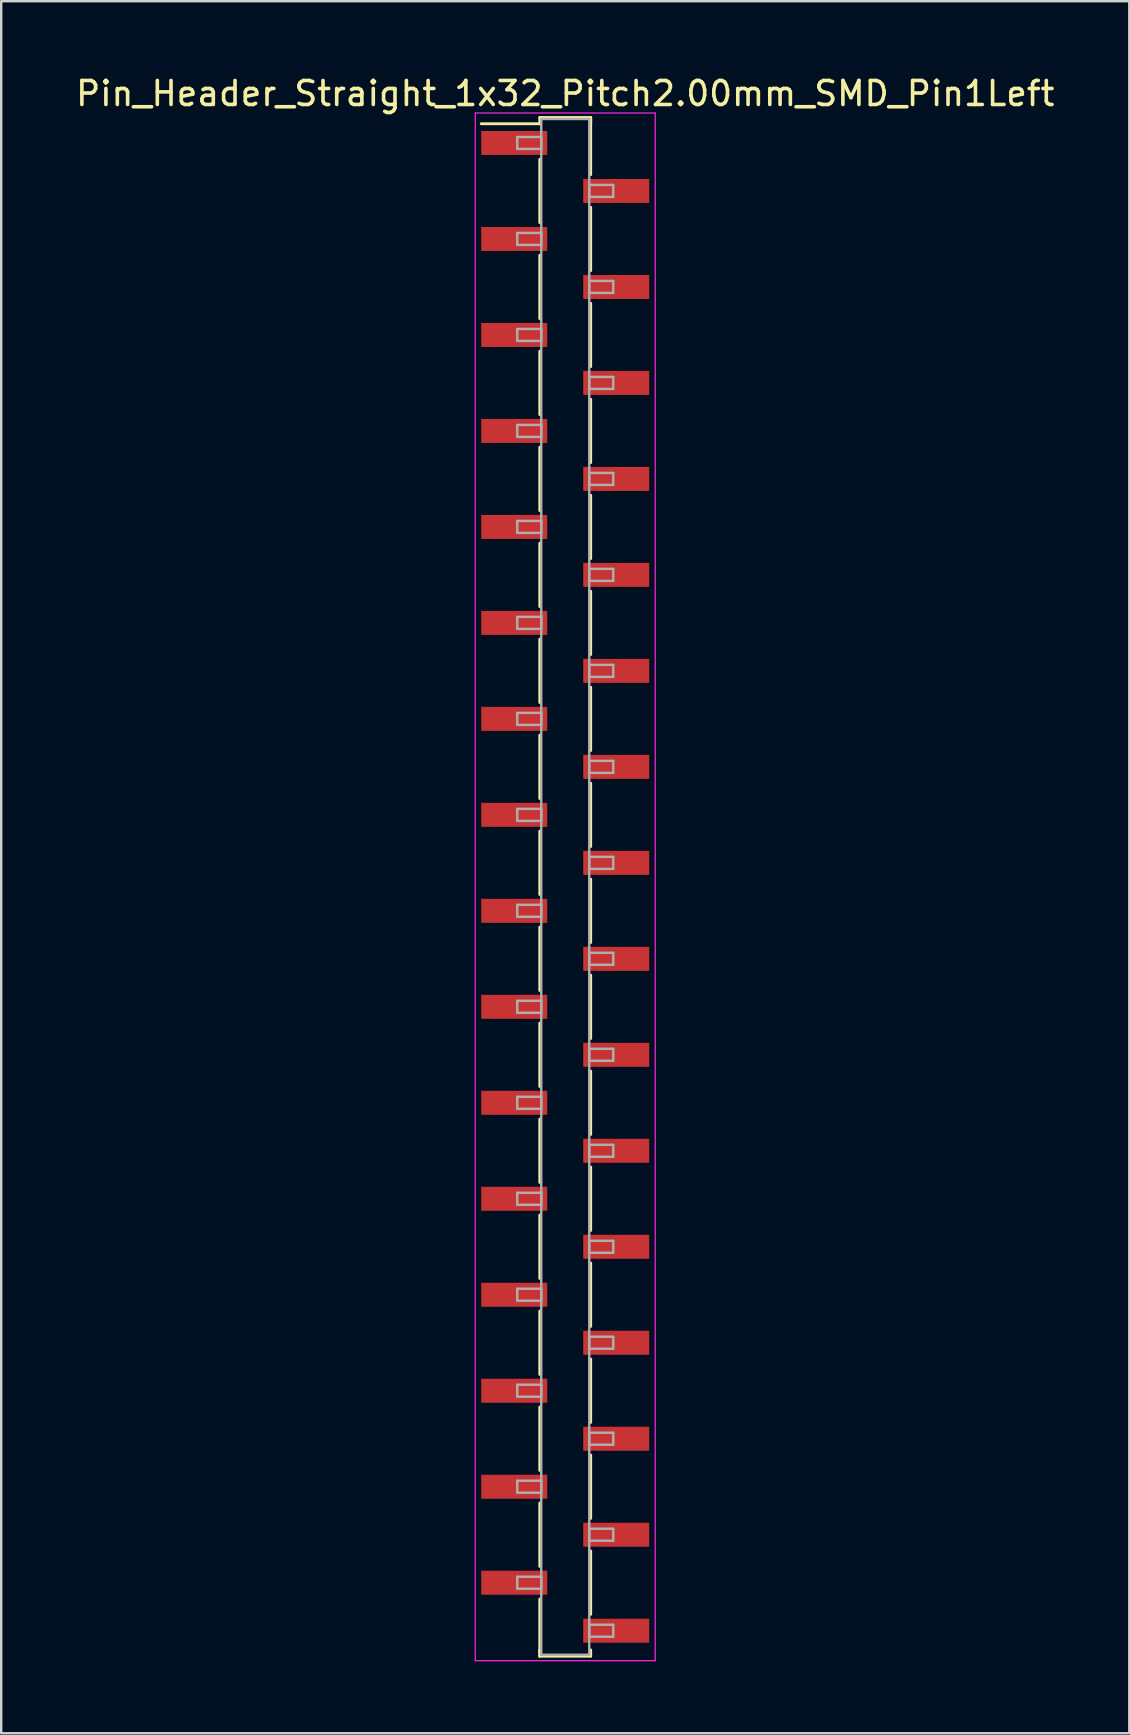
<source format=kicad_pcb>
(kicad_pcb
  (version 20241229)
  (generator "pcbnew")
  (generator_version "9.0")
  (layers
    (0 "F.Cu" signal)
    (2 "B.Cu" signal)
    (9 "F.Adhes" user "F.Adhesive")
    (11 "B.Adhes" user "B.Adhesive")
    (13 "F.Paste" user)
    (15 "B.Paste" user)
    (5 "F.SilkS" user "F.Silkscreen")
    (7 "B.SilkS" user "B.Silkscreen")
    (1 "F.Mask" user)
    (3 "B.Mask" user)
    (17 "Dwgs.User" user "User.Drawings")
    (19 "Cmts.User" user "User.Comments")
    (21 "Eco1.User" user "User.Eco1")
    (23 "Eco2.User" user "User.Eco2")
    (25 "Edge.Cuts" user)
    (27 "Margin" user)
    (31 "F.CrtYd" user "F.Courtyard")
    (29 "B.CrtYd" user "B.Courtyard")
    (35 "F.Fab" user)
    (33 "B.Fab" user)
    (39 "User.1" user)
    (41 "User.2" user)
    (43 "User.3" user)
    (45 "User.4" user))
  (footprint "Pin_Header_Straight_1x32_Pitch2.00mm_SMD_Pin1Left"
    (layer "F.Cu")
    (at 20.506 33.908)
    (property "Reference" "Pin_Header_Straight_1x32_Pitch2.00mm_SMD_Pin1Left" (at 0 -33.06 0) (layer "F.SilkS") (effects (font (size 1 1) (thickness 0.15))))
    (attr smd)
    (fp_line (start -1.06 -32.06) (end 1.06 -32.06) (stroke (width 0.12) (type solid)) (layer "F.SilkS"))
    (fp_line (start -1.06 -31.8) (end -3.5 -31.8) (stroke (width 0.12) (type solid)) (layer "F.SilkS"))
    (fp_line (start -1.06 -31.8) (end -1.06 -32.06) (stroke (width 0.12) (type solid)) (layer "F.SilkS"))
    (fp_line (start -1.06 -30.32) (end -1.06 -27.68) (stroke (width 0.12) (type solid)) (layer "F.SilkS"))
    (fp_line (start -1.06 -26.32) (end -1.06 -23.68) (stroke (width 0.12) (type solid)) (layer "F.SilkS"))
    (fp_line (start -1.06 -22.32) (end -1.06 -19.68) (stroke (width 0.12) (type solid)) (layer "F.SilkS"))
    (fp_line (start -1.06 -18.32) (end -1.06 -15.68) (stroke (width 0.12) (type solid)) (layer "F.SilkS"))
    (fp_line (start -1.06 -14.32) (end -1.06 -11.68) (stroke (width 0.12) (type solid)) (layer "F.SilkS"))
    (fp_line (start -1.06 -10.32) (end -1.06 -7.68) (stroke (width 0.12) (type solid)) (layer "F.SilkS"))
    (fp_line (start -1.06 -6.32) (end -1.06 -3.68) (stroke (width 0.12) (type solid)) (layer "F.SilkS"))
    (fp_line (start -1.06 -2.32) (end -1.06 0.32) (stroke (width 0.12) (type solid)) (layer "F.SilkS"))
    (fp_line (start -1.06 1.68) (end -1.06 4.32) (stroke (width 0.12) (type solid)) (layer "F.SilkS"))
    (fp_line (start -1.06 5.68) (end -1.06 8.32) (stroke (width 0.12) (type solid)) (layer "F.SilkS"))
    (fp_line (start -1.06 9.68) (end -1.06 12.32) (stroke (width 0.12) (type solid)) (layer "F.SilkS"))
    (fp_line (start -1.06 13.68) (end -1.06 16.32) (stroke (width 0.12) (type solid)) (layer "F.SilkS"))
    (fp_line (start -1.06 17.68) (end -1.06 20.32) (stroke (width 0.12) (type solid)) (layer "F.SilkS"))
    (fp_line (start -1.06 21.68) (end -1.06 24.32) (stroke (width 0.12) (type solid)) (layer "F.SilkS"))
    (fp_line (start -1.06 25.68) (end -1.06 28.32) (stroke (width 0.12) (type solid)) (layer "F.SilkS"))
    (fp_line (start -1.06 29.68) (end -1.06 32.06) (stroke (width 0.12) (type solid)) (layer "F.SilkS"))
    (fp_line (start -1.06 31.8) (end -1.06 32.06) (stroke (width 0.12) (type solid)) (layer "F.SilkS"))
    (fp_line (start -1.06 32.06) (end 1.06 32.06) (stroke (width 0.12) (type solid)) (layer "F.SilkS"))
    (fp_line (start 1.06 -32.06) (end 1.06 -31.8) (stroke (width 0.12) (type solid)) (layer "F.SilkS"))
    (fp_line (start 1.06 -32.06) (end 1.06 -29.68) (stroke (width 0.12) (type solid)) (layer "F.SilkS"))
    (fp_line (start 1.06 -28.32) (end 1.06 -25.68) (stroke (width 0.12) (type solid)) (layer "F.SilkS"))
    (fp_line (start 1.06 -24.32) (end 1.06 -21.68) (stroke (width 0.12) (type solid)) (layer "F.SilkS"))
    (fp_line (start 1.06 -20.32) (end 1.06 -17.68) (stroke (width 0.12) (type solid)) (layer "F.SilkS"))
    (fp_line (start 1.06 -16.32) (end 1.06 -13.68) (stroke (width 0.12) (type solid)) (layer "F.SilkS"))
    (fp_line (start 1.06 -12.32) (end 1.06 -9.68) (stroke (width 0.12) (type solid)) (layer "F.SilkS"))
    (fp_line (start 1.06 -8.32) (end 1.06 -5.68) (stroke (width 0.12) (type solid)) (layer "F.SilkS"))
    (fp_line (start 1.06 -4.32) (end 1.06 -1.68) (stroke (width 0.12) (type solid)) (layer "F.SilkS"))
    (fp_line (start 1.06 -0.32) (end 1.06 2.32) (stroke (width 0.12) (type solid)) (layer "F.SilkS"))
    (fp_line (start 1.06 3.68) (end 1.06 6.32) (stroke (width 0.12) (type solid)) (layer "F.SilkS"))
    (fp_line (start 1.06 7.68) (end 1.06 10.32) (stroke (width 0.12) (type solid)) (layer "F.SilkS"))
    (fp_line (start 1.06 11.68) (end 1.06 14.32) (stroke (width 0.12) (type solid)) (layer "F.SilkS"))
    (fp_line (start 1.06 15.68) (end 1.06 18.32) (stroke (width 0.12) (type solid)) (layer "F.SilkS"))
    (fp_line (start 1.06 19.68) (end 1.06 22.32) (stroke (width 0.12) (type solid)) (layer "F.SilkS"))
    (fp_line (start 1.06 23.68) (end 1.06 26.32) (stroke (width 0.12) (type solid)) (layer "F.SilkS"))
    (fp_line (start 1.06 27.68) (end 1.06 30.32) (stroke (width 0.12) (type solid)) (layer "F.SilkS"))
    (fp_line (start 1.06 32.06) (end 1.06 31.8) (stroke (width 0.12) (type solid)) (layer "F.SilkS"))
    (fp_line (start -3.75 -32.25) (end -3.75 32.25) (stroke (width 0.05) (type solid)) (layer "F.CrtYd"))
    (fp_line (start -3.75 32.25) (end 3.75 32.25) (stroke (width 0.05) (type solid)) (layer "F.CrtYd"))
    (fp_line (start 3.75 -32.25) (end -3.75 -32.25) (stroke (width 0.05) (type solid)) (layer "F.CrtYd"))
    (fp_line (start 3.75 32.25) (end 3.75 -32.25) (stroke (width 0.05) (type solid)) (layer "F.CrtYd"))
    (fp_line (start -2 -31.25) (end -1 -31.25) (stroke (width 0.1) (type solid)) (layer "F.Fab"))
    (fp_line (start -2 -30.75) (end -2 -31.25) (stroke (width 0.1) (type solid)) (layer "F.Fab"))
    (fp_line (start -2 -27.25) (end -1 -27.25) (stroke (width 0.1) (type solid)) (layer "F.Fab"))
    (fp_line (start -2 -26.75) (end -2 -27.25) (stroke (width 0.1) (type solid)) (layer "F.Fab"))
    (fp_line (start -2 -23.25) (end -1 -23.25) (stroke (width 0.1) (type solid)) (layer "F.Fab"))
    (fp_line (start -2 -22.75) (end -2 -23.25) (stroke (width 0.1) (type solid)) (layer "F.Fab"))
    (fp_line (start -2 -19.25) (end -1 -19.25) (stroke (width 0.1) (type solid)) (layer "F.Fab"))
    (fp_line (start -2 -18.75) (end -2 -19.25) (stroke (width 0.1) (type solid)) (layer "F.Fab"))
    (fp_line (start -2 -15.25) (end -1 -15.25) (stroke (width 0.1) (type solid)) (layer "F.Fab"))
    (fp_line (start -2 -14.75) (end -2 -15.25) (stroke (width 0.1) (type solid)) (layer "F.Fab"))
    (fp_line (start -2 -11.25) (end -1 -11.25) (stroke (width 0.1) (type solid)) (layer "F.Fab"))
    (fp_line (start -2 -10.75) (end -2 -11.25) (stroke (width 0.1) (type solid)) (layer "F.Fab"))
    (fp_line (start -2 -7.25) (end -1 -7.25) (stroke (width 0.1) (type solid)) (layer "F.Fab"))
    (fp_line (start -2 -6.75) (end -2 -7.25) (stroke (width 0.1) (type solid)) (layer "F.Fab"))
    (fp_line (start -2 -3.25) (end -1 -3.25) (stroke (width 0.1) (type solid)) (layer "F.Fab"))
    (fp_line (start -2 -2.75) (end -2 -3.25) (stroke (width 0.1) (type solid)) (layer "F.Fab"))
    (fp_line (start -2 0.75) (end -1 0.75) (stroke (width 0.1) (type solid)) (layer "F.Fab"))
    (fp_line (start -2 1.25) (end -2 0.75) (stroke (width 0.1) (type solid)) (layer "F.Fab"))
    (fp_line (start -2 4.75) (end -1 4.75) (stroke (width 0.1) (type solid)) (layer "F.Fab"))
    (fp_line (start -2 5.25) (end -2 4.75) (stroke (width 0.1) (type solid)) (layer "F.Fab"))
    (fp_line (start -2 8.75) (end -1 8.75) (stroke (width 0.1) (type solid)) (layer "F.Fab"))
    (fp_line (start -2 9.25) (end -2 8.75) (stroke (width 0.1) (type solid)) (layer "F.Fab"))
    (fp_line (start -2 12.75) (end -1 12.75) (stroke (width 0.1) (type solid)) (layer "F.Fab"))
    (fp_line (start -2 13.25) (end -2 12.75) (stroke (width 0.1) (type solid)) (layer "F.Fab"))
    (fp_line (start -2 16.75) (end -1 16.75) (stroke (width 0.1) (type solid)) (layer "F.Fab"))
    (fp_line (start -2 17.25) (end -2 16.75) (stroke (width 0.1) (type solid)) (layer "F.Fab"))
    (fp_line (start -2 20.75) (end -1 20.75) (stroke (width 0.1) (type solid)) (layer "F.Fab"))
    (fp_line (start -2 21.25) (end -2 20.75) (stroke (width 0.1) (type solid)) (layer "F.Fab"))
    (fp_line (start -2 24.75) (end -1 24.75) (stroke (width 0.1) (type solid)) (layer "F.Fab"))
    (fp_line (start -2 25.25) (end -2 24.75) (stroke (width 0.1) (type solid)) (layer "F.Fab"))
    (fp_line (start -2 28.75) (end -1 28.75) (stroke (width 0.1) (type solid)) (layer "F.Fab"))
    (fp_line (start -2 29.25) (end -2 28.75) (stroke (width 0.1) (type solid)) (layer "F.Fab"))
    (fp_line (start -1 -32) (end -1 32) (stroke (width 0.1) (type solid)) (layer "F.Fab"))
    (fp_line (start -1 -31.25) (end -1 -30.75) (stroke (width 0.1) (type solid)) (layer "F.Fab"))
    (fp_line (start -1 -30.75) (end -2 -30.75) (stroke (width 0.1) (type solid)) (layer "F.Fab"))
    (fp_line (start -1 -27.25) (end -1 -26.75) (stroke (width 0.1) (type solid)) (layer "F.Fab"))
    (fp_line (start -1 -26.75) (end -2 -26.75) (stroke (width 0.1) (type solid)) (layer "F.Fab"))
    (fp_line (start -1 -23.25) (end -1 -22.75) (stroke (width 0.1) (type solid)) (layer "F.Fab"))
    (fp_line (start -1 -22.75) (end -2 -22.75) (stroke (width 0.1) (type solid)) (layer "F.Fab"))
    (fp_line (start -1 -19.25) (end -1 -18.75) (stroke (width 0.1) (type solid)) (layer "F.Fab"))
    (fp_line (start -1 -18.75) (end -2 -18.75) (stroke (width 0.1) (type solid)) (layer "F.Fab"))
    (fp_line (start -1 -15.25) (end -1 -14.75) (stroke (width 0.1) (type solid)) (layer "F.Fab"))
    (fp_line (start -1 -14.75) (end -2 -14.75) (stroke (width 0.1) (type solid)) (layer "F.Fab"))
    (fp_line (start -1 -11.25) (end -1 -10.75) (stroke (width 0.1) (type solid)) (layer "F.Fab"))
    (fp_line (start -1 -10.75) (end -2 -10.75) (stroke (width 0.1) (type solid)) (layer "F.Fab"))
    (fp_line (start -1 -7.25) (end -1 -6.75) (stroke (width 0.1) (type solid)) (layer "F.Fab"))
    (fp_line (start -1 -6.75) (end -2 -6.75) (stroke (width 0.1) (type solid)) (layer "F.Fab"))
    (fp_line (start -1 -3.25) (end -1 -2.75) (stroke (width 0.1) (type solid)) (layer "F.Fab"))
    (fp_line (start -1 -2.75) (end -2 -2.75) (stroke (width 0.1) (type solid)) (layer "F.Fab"))
    (fp_line (start -1 0.75) (end -1 1.25) (stroke (width 0.1) (type solid)) (layer "F.Fab"))
    (fp_line (start -1 1.25) (end -2 1.25) (stroke (width 0.1) (type solid)) (layer "F.Fab"))
    (fp_line (start -1 4.75) (end -1 5.25) (stroke (width 0.1) (type solid)) (layer "F.Fab"))
    (fp_line (start -1 5.25) (end -2 5.25) (stroke (width 0.1) (type solid)) (layer "F.Fab"))
    (fp_line (start -1 8.75) (end -1 9.25) (stroke (width 0.1) (type solid)) (layer "F.Fab"))
    (fp_line (start -1 9.25) (end -2 9.25) (stroke (width 0.1) (type solid)) (layer "F.Fab"))
    (fp_line (start -1 12.75) (end -1 13.25) (stroke (width 0.1) (type solid)) (layer "F.Fab"))
    (fp_line (start -1 13.25) (end -2 13.25) (stroke (width 0.1) (type solid)) (layer "F.Fab"))
    (fp_line (start -1 16.75) (end -1 17.25) (stroke (width 0.1) (type solid)) (layer "F.Fab"))
    (fp_line (start -1 17.25) (end -2 17.25) (stroke (width 0.1) (type solid)) (layer "F.Fab"))
    (fp_line (start -1 20.75) (end -1 21.25) (stroke (width 0.1) (type solid)) (layer "F.Fab"))
    (fp_line (start -1 21.25) (end -2 21.25) (stroke (width 0.1) (type solid)) (layer "F.Fab"))
    (fp_line (start -1 24.75) (end -1 25.25) (stroke (width 0.1) (type solid)) (layer "F.Fab"))
    (fp_line (start -1 25.25) (end -2 25.25) (stroke (width 0.1) (type solid)) (layer "F.Fab"))
    (fp_line (start -1 28.75) (end -1 29.25) (stroke (width 0.1) (type solid)) (layer "F.Fab"))
    (fp_line (start -1 29.25) (end -2 29.25) (stroke (width 0.1) (type solid)) (layer "F.Fab"))
    (fp_line (start -1 32) (end 1 32) (stroke (width 0.1) (type solid)) (layer "F.Fab"))
    (fp_line (start 1 -32) (end -1 -32) (stroke (width 0.1) (type solid)) (layer "F.Fab"))
    (fp_line (start 1 -29.25) (end 1 -28.75) (stroke (width 0.1) (type solid)) (layer "F.Fab"))
    (fp_line (start 1 -28.75) (end 2 -28.75) (stroke (width 0.1) (type solid)) (layer "F.Fab"))
    (fp_line (start 1 -25.25) (end 1 -24.75) (stroke (width 0.1) (type solid)) (layer "F.Fab"))
    (fp_line (start 1 -24.75) (end 2 -24.75) (stroke (width 0.1) (type solid)) (layer "F.Fab"))
    (fp_line (start 1 -21.25) (end 1 -20.75) (stroke (width 0.1) (type solid)) (layer "F.Fab"))
    (fp_line (start 1 -20.75) (end 2 -20.75) (stroke (width 0.1) (type solid)) (layer "F.Fab"))
    (fp_line (start 1 -17.25) (end 1 -16.75) (stroke (width 0.1) (type solid)) (layer "F.Fab"))
    (fp_line (start 1 -16.75) (end 2 -16.75) (stroke (width 0.1) (type solid)) (layer "F.Fab"))
    (fp_line (start 1 -13.25) (end 1 -12.75) (stroke (width 0.1) (type solid)) (layer "F.Fab"))
    (fp_line (start 1 -12.75) (end 2 -12.75) (stroke (width 0.1) (type solid)) (layer "F.Fab"))
    (fp_line (start 1 -9.25) (end 1 -8.75) (stroke (width 0.1) (type solid)) (layer "F.Fab"))
    (fp_line (start 1 -8.75) (end 2 -8.75) (stroke (width 0.1) (type solid)) (layer "F.Fab"))
    (fp_line (start 1 -5.25) (end 1 -4.75) (stroke (width 0.1) (type solid)) (layer "F.Fab"))
    (fp_line (start 1 -4.75) (end 2 -4.75) (stroke (width 0.1) (type solid)) (layer "F.Fab"))
    (fp_line (start 1 -1.25) (end 1 -0.75) (stroke (width 0.1) (type solid)) (layer "F.Fab"))
    (fp_line (start 1 -0.75) (end 2 -0.75) (stroke (width 0.1) (type solid)) (layer "F.Fab"))
    (fp_line (start 1 2.75) (end 1 3.25) (stroke (width 0.1) (type solid)) (layer "F.Fab"))
    (fp_line (start 1 3.25) (end 2 3.25) (stroke (width 0.1) (type solid)) (layer "F.Fab"))
    (fp_line (start 1 6.75) (end 1 7.25) (stroke (width 0.1) (type solid)) (layer "F.Fab"))
    (fp_line (start 1 7.25) (end 2 7.25) (stroke (width 0.1) (type solid)) (layer "F.Fab"))
    (fp_line (start 1 10.75) (end 1 11.25) (stroke (width 0.1) (type solid)) (layer "F.Fab"))
    (fp_line (start 1 11.25) (end 2 11.25) (stroke (width 0.1) (type solid)) (layer "F.Fab"))
    (fp_line (start 1 14.75) (end 1 15.25) (stroke (width 0.1) (type solid)) (layer "F.Fab"))
    (fp_line (start 1 15.25) (end 2 15.25) (stroke (width 0.1) (type solid)) (layer "F.Fab"))
    (fp_line (start 1 18.75) (end 1 19.25) (stroke (width 0.1) (type solid)) (layer "F.Fab"))
    (fp_line (start 1 19.25) (end 2 19.25) (stroke (width 0.1) (type solid)) (layer "F.Fab"))
    (fp_line (start 1 22.75) (end 1 23.25) (stroke (width 0.1) (type solid)) (layer "F.Fab"))
    (fp_line (start 1 23.25) (end 2 23.25) (stroke (width 0.1) (type solid)) (layer "F.Fab"))
    (fp_line (start 1 26.75) (end 1 27.25) (stroke (width 0.1) (type solid)) (layer "F.Fab"))
    (fp_line (start 1 27.25) (end 2 27.25) (stroke (width 0.1) (type solid)) (layer "F.Fab"))
    (fp_line (start 1 30.75) (end 1 31.25) (stroke (width 0.1) (type solid)) (layer "F.Fab"))
    (fp_line (start 1 31.25) (end 2 31.25) (stroke (width 0.1) (type solid)) (layer "F.Fab"))
    (fp_line (start 1 32) (end 1 -32) (stroke (width 0.1) (type solid)) (layer "F.Fab"))
    (fp_line (start 2 -29.25) (end 1 -29.25) (stroke (width 0.1) (type solid)) (layer "F.Fab"))
    (fp_line (start 2 -28.75) (end 2 -29.25) (stroke (width 0.1) (type solid)) (layer "F.Fab"))
    (fp_line (start 2 -25.25) (end 1 -25.25) (stroke (width 0.1) (type solid)) (layer "F.Fab"))
    (fp_line (start 2 -24.75) (end 2 -25.25) (stroke (width 0.1) (type solid)) (layer "F.Fab"))
    (fp_line (start 2 -21.25) (end 1 -21.25) (stroke (width 0.1) (type solid)) (layer "F.Fab"))
    (fp_line (start 2 -20.75) (end 2 -21.25) (stroke (width 0.1) (type solid)) (layer "F.Fab"))
    (fp_line (start 2 -17.25) (end 1 -17.25) (stroke (width 0.1) (type solid)) (layer "F.Fab"))
    (fp_line (start 2 -16.75) (end 2 -17.25) (stroke (width 0.1) (type solid)) (layer "F.Fab"))
    (fp_line (start 2 -13.25) (end 1 -13.25) (stroke (width 0.1) (type solid)) (layer "F.Fab"))
    (fp_line (start 2 -12.75) (end 2 -13.25) (stroke (width 0.1) (type solid)) (layer "F.Fab"))
    (fp_line (start 2 -9.25) (end 1 -9.25) (stroke (width 0.1) (type solid)) (layer "F.Fab"))
    (fp_line (start 2 -8.75) (end 2 -9.25) (stroke (width 0.1) (type solid)) (layer "F.Fab"))
    (fp_line (start 2 -5.25) (end 1 -5.25) (stroke (width 0.1) (type solid)) (layer "F.Fab"))
    (fp_line (start 2 -4.75) (end 2 -5.25) (stroke (width 0.1) (type solid)) (layer "F.Fab"))
    (fp_line (start 2 -1.25) (end 1 -1.25) (stroke (width 0.1) (type solid)) (layer "F.Fab"))
    (fp_line (start 2 -0.75) (end 2 -1.25) (stroke (width 0.1) (type solid)) (layer "F.Fab"))
    (fp_line (start 2 2.75) (end 1 2.75) (stroke (width 0.1) (type solid)) (layer "F.Fab"))
    (fp_line (start 2 3.25) (end 2 2.75) (stroke (width 0.1) (type solid)) (layer "F.Fab"))
    (fp_line (start 2 6.75) (end 1 6.75) (stroke (width 0.1) (type solid)) (layer "F.Fab"))
    (fp_line (start 2 7.25) (end 2 6.75) (stroke (width 0.1) (type solid)) (layer "F.Fab"))
    (fp_line (start 2 10.75) (end 1 10.75) (stroke (width 0.1) (type solid)) (layer "F.Fab"))
    (fp_line (start 2 11.25) (end 2 10.75) (stroke (width 0.1) (type solid)) (layer "F.Fab"))
    (fp_line (start 2 14.75) (end 1 14.75) (stroke (width 0.1) (type solid)) (layer "F.Fab"))
    (fp_line (start 2 15.25) (end 2 14.75) (stroke (width 0.1) (type solid)) (layer "F.Fab"))
    (fp_line (start 2 18.75) (end 1 18.75) (stroke (width 0.1) (type solid)) (layer "F.Fab"))
    (fp_line (start 2 19.25) (end 2 18.75) (stroke (width 0.1) (type solid)) (layer "F.Fab"))
    (fp_line (start 2 22.75) (end 1 22.75) (stroke (width 0.1) (type solid)) (layer "F.Fab"))
    (fp_line (start 2 23.25) (end 2 22.75) (stroke (width 0.1) (type solid)) (layer "F.Fab"))
    (fp_line (start 2 26.75) (end 1 26.75) (stroke (width 0.1) (type solid)) (layer "F.Fab"))
    (fp_line (start 2 27.25) (end 2 26.75) (stroke (width 0.1) (type solid)) (layer "F.Fab"))
    (fp_line (start 2 30.75) (end 1 30.75) (stroke (width 0.1) (type solid)) (layer "F.Fab"))
    (fp_line (start 2 31.25) (end 2 30.75) (stroke (width 0.1) (type solid)) (layer "F.Fab"))
    (pad "1" smd rect (at -2.125 -31) (size 2.75 1) (layers "F.Cu" "F.Mask"))
    (pad "2" smd rect (at 2.125 -29) (size 2.75 1) (layers "F.Cu" "F.Mask"))
    (pad "3" smd rect (at -2.125 -27) (size 2.75 1) (layers "F.Cu" "F.Mask"))
    (pad "4" smd rect (at 2.125 -25) (size 2.75 1) (layers "F.Cu" "F.Mask"))
    (pad "5" smd rect (at -2.125 -23) (size 2.75 1) (layers "F.Cu" "F.Mask"))
    (pad "6" smd rect (at 2.125 -21) (size 2.75 1) (layers "F.Cu" "F.Mask"))
    (pad "7" smd rect (at -2.125 -19) (size 2.75 1) (layers "F.Cu" "F.Mask"))
    (pad "8" smd rect (at 2.125 -17) (size 2.75 1) (layers "F.Cu" "F.Mask"))
    (pad "9" smd rect (at -2.125 -15) (size 2.75 1) (layers "F.Cu" "F.Mask"))
    (pad "10" smd rect (at 2.125 -13) (size 2.75 1) (layers "F.Cu" "F.Mask"))
    (pad "11" smd rect (at -2.125 -11) (size 2.75 1) (layers "F.Cu" "F.Mask"))
    (pad "12" smd rect (at 2.125 -9) (size 2.75 1) (layers "F.Cu" "F.Mask"))
    (pad "13" smd rect (at -2.125 -7) (size 2.75 1) (layers "F.Cu" "F.Mask"))
    (pad "14" smd rect (at 2.125 -5) (size 2.75 1) (layers "F.Cu" "F.Mask"))
    (pad "15" smd rect (at -2.125 -3) (size 2.75 1) (layers "F.Cu" "F.Mask"))
    (pad "16" smd rect (at 2.125 -1) (size 2.75 1) (layers "F.Cu" "F.Mask"))
    (pad "17" smd rect (at -2.125 1) (size 2.75 1) (layers "F.Cu" "F.Mask"))
    (pad "18" smd rect (at 2.125 3) (size 2.75 1) (layers "F.Cu" "F.Mask"))
    (pad "19" smd rect (at -2.125 5) (size 2.75 1) (layers "F.Cu" "F.Mask"))
    (pad "20" smd rect (at 2.125 7) (size 2.75 1) (layers "F.Cu" "F.Mask"))
    (pad "21" smd rect (at -2.125 9) (size 2.75 1) (layers "F.Cu" "F.Mask"))
    (pad "22" smd rect (at 2.125 11) (size 2.75 1) (layers "F.Cu" "F.Mask"))
    (pad "23" smd rect (at -2.125 13) (size 2.75 1) (layers "F.Cu" "F.Mask"))
    (pad "24" smd rect (at 2.125 15) (size 2.75 1) (layers "F.Cu" "F.Mask"))
    (pad "25" smd rect (at -2.125 17) (size 2.75 1) (layers "F.Cu" "F.Mask"))
    (pad "26" smd rect (at 2.125 19) (size 2.75 1) (layers "F.Cu" "F.Mask"))
    (pad "27" smd rect (at -2.125 21) (size 2.75 1) (layers "F.Cu" "F.Mask"))
    (pad "28" smd rect (at 2.125 23) (size 2.75 1) (layers "F.Cu" "F.Mask"))
    (pad "29" smd rect (at -2.125 25) (size 2.75 1) (layers "F.Cu" "F.Mask"))
    (pad "30" smd rect (at 2.125 27) (size 2.75 1) (layers "F.Cu" "F.Mask"))
    (pad "31" smd rect (at -2.125 29) (size 2.75 1) (layers "F.Cu" "F.Mask"))
    (pad "32" smd rect (at 2.125 31) (size 2.75 1) (layers "F.Cu" "F.Mask")))
  (gr_rect
    (start -3 -3)
    (end 44.012 69.183)
    (stroke (width 0.1) (type default))
    (fill no)
    (layer "Edge.Cuts")))
</source>
